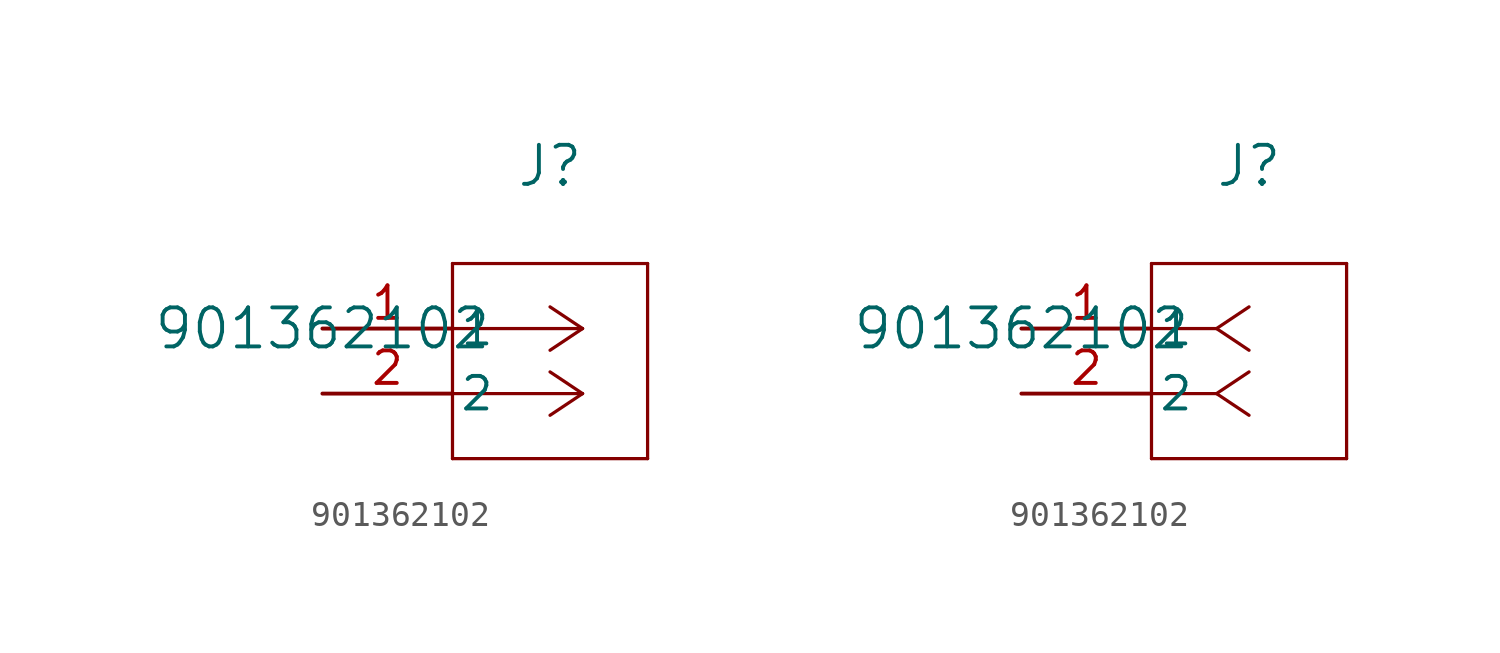
<source format=kicad_sym>
(kicad_symbol_lib
  (version 20211014)
  (generator kicad_symbol_editor)
  (symbol "901362102"
    (pin_names
      (offset 0.254))
    (property "Reference" "J"
      (at 8.89 6.35 0)
      (effects (font (size 1.524 1.524))))
    (property "Value" "901362102"
      (at 0 0 0)
      (effects (font (size 1.524 1.524))))
    (symbol "901362102_1_1"
      (polyline (pts (xy 10.16 0) (xy 5.08 0)) (stroke (width 0.127) (type default) (color 0 0 0 0)) (fill (type none)))
      (polyline (pts (xy 10.16 -2.54) (xy 5.08 -2.54)) (stroke (width 0.127) (type default) (color 0 0 0 0)) (fill (type none)))
      (polyline (pts (xy 10.16 0) (xy 8.89 0.847)) (stroke (width 0.127) (type default) (color 0 0 0 0)) (fill (type none)))
      (polyline (pts (xy 10.16 -2.54) (xy 8.89 -1.693)) (stroke (width 0.127) (type default) (color 0 0 0 0)) (fill (type none)))
      (polyline (pts (xy 10.16 0) (xy 8.89 -0.847)) (stroke (width 0.127) (type default) (color 0 0 0 0)) (fill (type none)))
      (polyline (pts (xy 10.16 -2.54) (xy 8.89 -3.387)) (stroke (width 0.127) (type default) (color 0 0 0 0)) (fill (type none)))
      (polyline (pts (xy 5.08 2.54) (xy 5.08 -5.08)) (stroke (width 0.127) (type default) (color 0 0 0 0)) (fill (type none)))
      (polyline (pts (xy 5.08 -5.08) (xy 12.7 -5.08)) (stroke (width 0.127) (type default) (color 0 0 0 0)) (fill (type none)))
      (polyline (pts (xy 12.7 -5.08) (xy 12.7 2.54)) (stroke (width 0.127) (type default) (color 0 0 0 0)) (fill (type none)))
      (polyline (pts (xy 12.7 2.54) (xy 5.08 2.54)) (stroke (width 0.127) (type default) (color 0 0 0 0)) (fill (type none)))
      (pin unspecified line (at 0 0 0) (length 5.08) (name "1" (effects (font (size 1.27 1.27)))) (number "1" (effects (font (size 1.27 1.27)))))
      (pin unspecified line (at 0 -2.54 0) (length 5.08) (name "2" (effects (font (size 1.27 1.27)))) (number "2" (effects (font (size 1.27 1.27))))))
    (symbol "901362102_1_2"
      (polyline (pts (xy 7.62 0) (xy 5.08 0)) (stroke (width 0.127) (type default) (color 0 0 0 0)) (fill (type none)))
      (polyline (pts (xy 7.62 -2.54) (xy 5.08 -2.54)) (stroke (width 0.127) (type default) (color 0 0 0 0)) (fill (type none)))
      (polyline (pts (xy 7.62 0) (xy 8.89 0.847)) (stroke (width 0.127) (type default) (color 0 0 0 0)) (fill (type none)))
      (polyline (pts (xy 7.62 -2.54) (xy 8.89 -1.693)) (stroke (width 0.127) (type default) (color 0 0 0 0)) (fill (type none)))
      (polyline (pts (xy 7.62 0) (xy 8.89 -0.847)) (stroke (width 0.127) (type default) (color 0 0 0 0)) (fill (type none)))
      (polyline (pts (xy 7.62 -2.54) (xy 8.89 -3.387)) (stroke (width 0.127) (type default) (color 0 0 0 0)) (fill (type none)))
      (polyline (pts (xy 5.08 2.54) (xy 5.08 -5.08)) (stroke (width 0.127) (type default) (color 0 0 0 0)) (fill (type none)))
      (polyline (pts (xy 5.08 -5.08) (xy 12.7 -5.08)) (stroke (width 0.127) (type default) (color 0 0 0 0)) (fill (type none)))
      (polyline (pts (xy 12.7 -5.08) (xy 12.7 2.54)) (stroke (width 0.127) (type default) (color 0 0 0 0)) (fill (type none)))
      (polyline (pts (xy 12.7 2.54) (xy 5.08 2.54)) (stroke (width 0.127) (type default) (color 0 0 0 0)) (fill (type none)))
      (pin unspecified line (at 0 0 0) (length 5.08) (name "1" (effects (font (size 1.27 1.27)))) (number "1" (effects (font (size 1.27 1.27)))))
      (pin unspecified line (at 0 -2.54 0) (length 5.08) (name "2" (effects (font (size 1.27 1.27)))) (number "2" (effects (font (size 1.27 1.27))))))))
</source>
